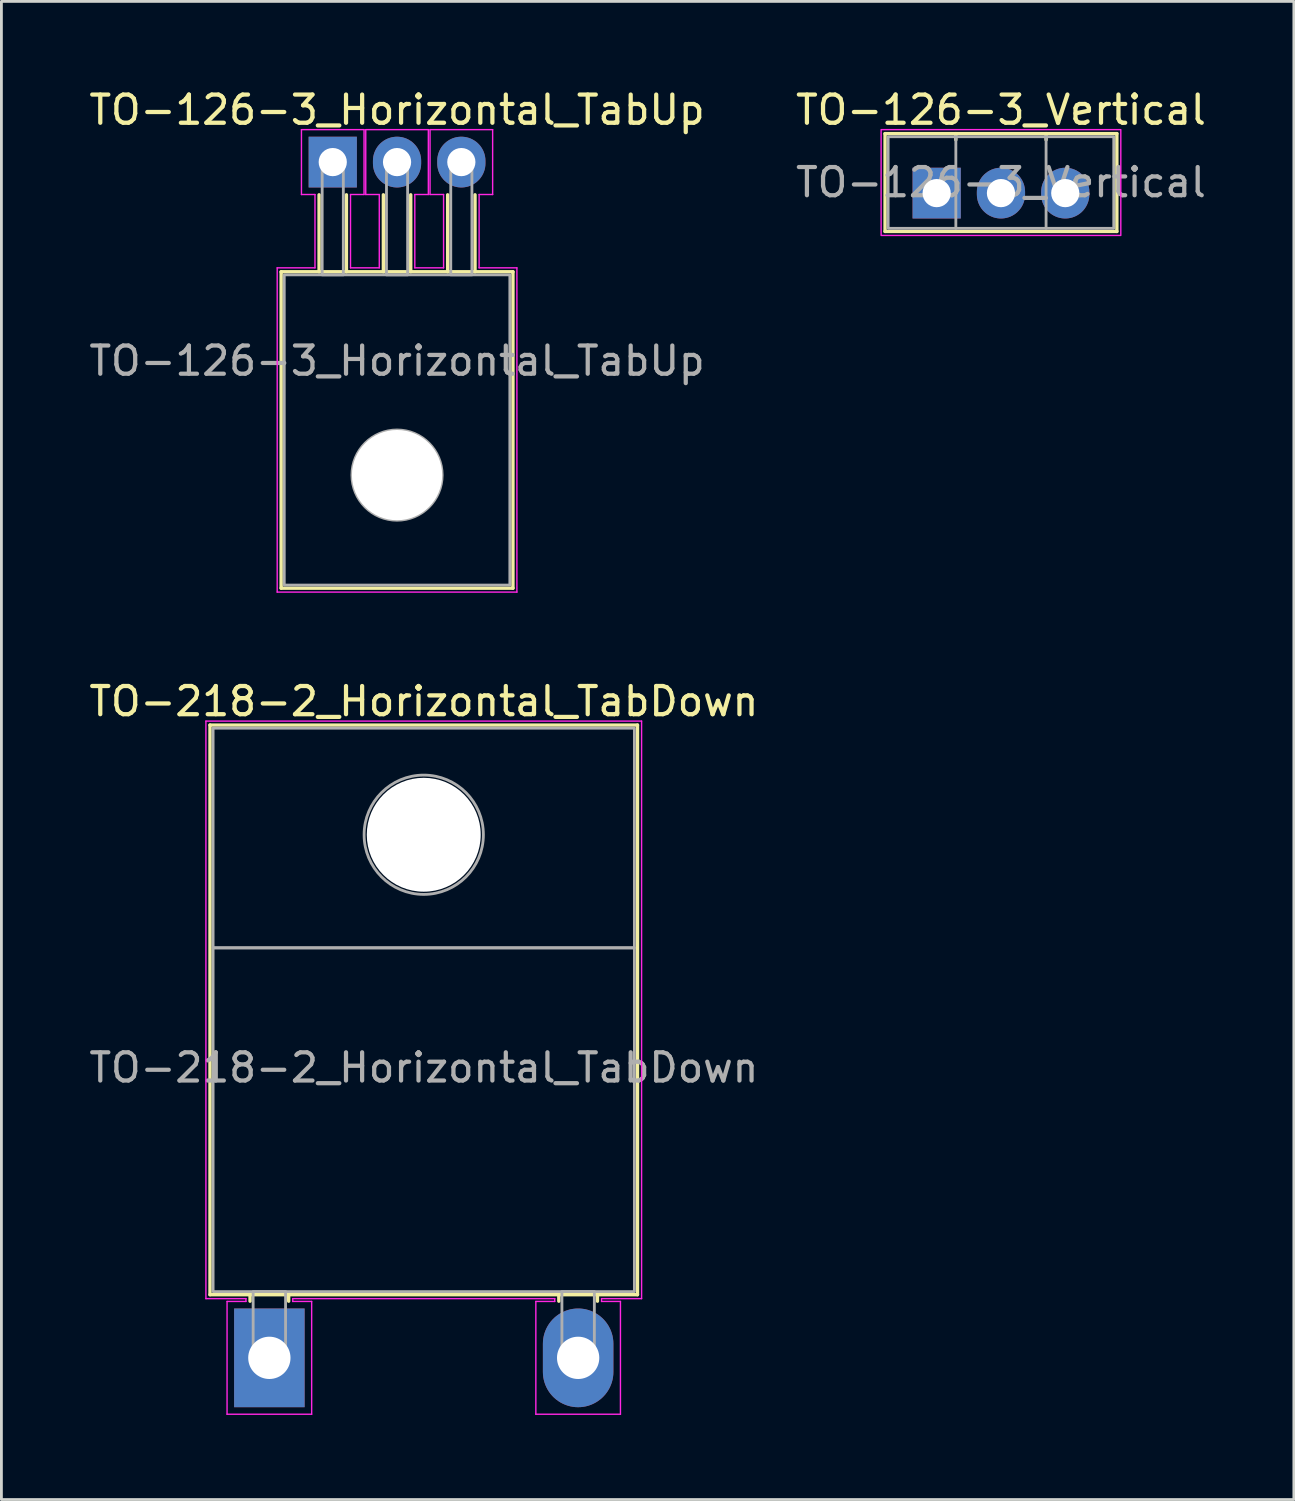
<source format=kicad_pcb>
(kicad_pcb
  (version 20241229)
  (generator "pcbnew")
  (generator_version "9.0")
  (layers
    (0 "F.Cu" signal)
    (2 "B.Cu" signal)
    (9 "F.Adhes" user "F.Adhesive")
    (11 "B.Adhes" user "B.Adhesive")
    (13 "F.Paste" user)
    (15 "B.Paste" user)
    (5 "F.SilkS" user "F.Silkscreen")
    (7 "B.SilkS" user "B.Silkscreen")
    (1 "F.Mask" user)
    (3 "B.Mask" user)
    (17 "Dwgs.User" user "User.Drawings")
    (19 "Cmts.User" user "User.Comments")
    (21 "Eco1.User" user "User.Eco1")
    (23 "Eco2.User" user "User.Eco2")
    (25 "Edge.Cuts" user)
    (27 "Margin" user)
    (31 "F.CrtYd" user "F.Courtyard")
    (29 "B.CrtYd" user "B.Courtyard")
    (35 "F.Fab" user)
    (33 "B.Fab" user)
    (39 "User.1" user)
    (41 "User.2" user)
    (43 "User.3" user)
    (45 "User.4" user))
  (footprint "TO-218-2_Horizontal_TabDown"
    (layer "F.Cu")
    (at 6.502 45.102)
    (property "Reference" "TO-218-2_Horizontal_TabDown" (at 5.48 -23.28 0) (layer "F.SilkS") (effects (font (size 1 1) (thickness 0.15))))
    (attr through_hole)
    (fp_line (start -2.105 -22.44) (end 13.055 -22.44) (stroke (width 0.12) (type solid)) (layer "F.SilkS"))
    (fp_line (start -2.105 -2.24) (end -2.105 -22.44) (stroke (width 0.12) (type solid)) (layer "F.SilkS"))
    (fp_line (start -2.105 -2.24) (end 13.055 -2.24) (stroke (width 0.12) (type solid)) (layer "F.SilkS"))
    (fp_line (start -0.685 -2.24) (end -0.685 -2.01) (stroke (width 0.12) (type solid)) (layer "F.SilkS"))
    (fp_line (start 0.685 -2.24) (end 0.685 -2.01) (stroke (width 0.12) (type solid)) (layer "F.SilkS"))
    (fp_line (start 10.265 -2.24) (end 10.265 -2.01) (stroke (width 0.12) (type solid)) (layer "F.SilkS"))
    (fp_line (start 11.635 -2.24) (end 11.635 -2.01) (stroke (width 0.12) (type solid)) (layer "F.SilkS"))
    (fp_line (start 13.055 -2.24) (end 13.055 -22.44) (stroke (width 0.12) (type solid)) (layer "F.SilkS"))
    (fp_line (start -2.25 -22.58) (end 13.2 -22.58) (stroke (width 0.05) (type solid)) (layer "F.CrtYd"))
    (fp_line (start -2.25 -2.1) (end -2.25 -22.58) (stroke (width 0.05) (type solid)) (layer "F.CrtYd"))
    (fp_line (start -1.5 -2) (end -0.83 -2) (stroke (width 0.05) (type solid)) (layer "F.CrtYd"))
    (fp_line (start -1.5 2) (end -1.5 -2) (stroke (width 0.05) (type solid)) (layer "F.CrtYd"))
    (fp_line (start -0.83 -2.1) (end -2.25 -2.1) (stroke (width 0.05) (type solid)) (layer "F.CrtYd"))
    (fp_line (start -0.83 -2) (end -0.83 -2.1) (stroke (width 0.05) (type solid)) (layer "F.CrtYd"))
    (fp_line (start 0.83 -2.1) (end 0.83 -2) (stroke (width 0.05) (type solid)) (layer "F.CrtYd"))
    (fp_line (start 0.83 -2) (end 1.5 -2) (stroke (width 0.05) (type solid)) (layer "F.CrtYd"))
    (fp_line (start 1.5 -2) (end 1.5 2) (stroke (width 0.05) (type solid)) (layer "F.CrtYd"))
    (fp_line (start 1.5 2) (end -1.5 2) (stroke (width 0.05) (type solid)) (layer "F.CrtYd"))
    (fp_line (start 9.45 -2) (end 10.12 -2) (stroke (width 0.05) (type solid)) (layer "F.CrtYd"))
    (fp_line (start 9.45 2) (end 9.45 -2) (stroke (width 0.05) (type solid)) (layer "F.CrtYd"))
    (fp_line (start 10.12 -2.1) (end 0.83 -2.1) (stroke (width 0.05) (type solid)) (layer "F.CrtYd"))
    (fp_line (start 10.12 -2) (end 10.12 -2.1) (stroke (width 0.05) (type solid)) (layer "F.CrtYd"))
    (fp_line (start 11.78 -2.1) (end 11.78 -2) (stroke (width 0.05) (type solid)) (layer "F.CrtYd"))
    (fp_line (start 11.78 -2) (end 12.45 -2) (stroke (width 0.05) (type solid)) (layer "F.CrtYd"))
    (fp_line (start 12.45 -2) (end 12.45 2) (stroke (width 0.05) (type solid)) (layer "F.CrtYd"))
    (fp_line (start 12.45 2) (end 9.45 2) (stroke (width 0.05) (type solid)) (layer "F.CrtYd"))
    (fp_line (start 13.2 -22.58) (end 13.2 -2.1) (stroke (width 0.05) (type solid)) (layer "F.CrtYd"))
    (fp_line (start 13.2 -2.1) (end 11.78 -2.1) (stroke (width 0.05) (type solid)) (layer "F.CrtYd"))
    (fp_rect (start -1.995 -22.33) (end 12.945 -14.54) (stroke (width 0.1) (type solid)) (fill no) (layer "F.Fab"))
    (fp_rect (start -1.995 -14.54) (end 12.945 -2.35) (stroke (width 0.1) (type solid)) (fill no) (layer "F.Fab"))
    (fp_rect (start -0.575 -2.35) (end 0.575 0) (stroke (width 0.1) (type solid)) (fill no) (layer "F.Fab"))
    (fp_rect (start 10.375 -2.35) (end 11.525 0) (stroke (width 0.1) (type solid)) (fill no) (layer "F.Fab"))
    (fp_circle (center 5.475 -18.55) (end 7.59 -18.55) (stroke (width 0.1) (type solid)) (fill no) (layer "F.Fab"))
    (fp_text user "${REFERENCE}" (at 5.48 -10.29 0) (layer "F.Fab") (effects (font (size 1 1) (thickness 0.15))))
    (pad "" np_thru_hole circle (at 5.475 -18.55) (size 4.04 4.04) (drill 4.04) (layers "*.Cu" "*.Mask"))
    (pad "1" thru_hole rect (at 0 0) (size 2.5 3.5) (drill 1.5) (layers "*.Cu" "*.Mask"))
    (pad "2" thru_hole oval (at 10.95 0) (size 2.5 3.5) (drill 1.5) (layers "*.Cu" "*.Mask")))
  (footprint "TO-126-3_Horizontal_TabUp"
    (layer "F.Cu")
    (at 8.75 2.698)
    (property "Reference" "TO-126-3_Horizontal_TabUp" (at 2.28 -1.85 0) (layer "F.SilkS") (effects (font (size 1 1) (thickness 0.15))))
    (attr through_hole)
    (fp_line (start -1.83 3.89) (end -1.83 15.11) (stroke (width 0.12) (type solid)) (layer "F.SilkS"))
    (fp_line (start -1.83 3.89) (end 6.39 3.89) (stroke (width 0.12) (type solid)) (layer "F.SilkS"))
    (fp_line (start -1.83 15.11) (end 6.39 15.11) (stroke (width 0.12) (type solid)) (layer "F.SilkS"))
    (fp_line (start -0.485 3.89) (end -0.485 1.16) (stroke (width 0.12) (type solid)) (layer "F.SilkS"))
    (fp_line (start 0.485 3.89) (end 0.485 1.16) (stroke (width 0.12) (type solid)) (layer "F.SilkS"))
    (fp_line (start 1.795 3.89) (end 1.795 1.16) (stroke (width 0.12) (type solid)) (layer "F.SilkS"))
    (fp_line (start 2.765 3.89) (end 2.765 1.16) (stroke (width 0.12) (type solid)) (layer "F.SilkS"))
    (fp_line (start 4.075 3.89) (end 4.075 1.16) (stroke (width 0.12) (type solid)) (layer "F.SilkS"))
    (fp_line (start 5.045 3.89) (end 5.045 1.16) (stroke (width 0.12) (type solid)) (layer "F.SilkS"))
    (fp_line (start 6.39 3.89) (end 6.39 15.11) (stroke (width 0.12) (type solid)) (layer "F.SilkS"))
    (fp_line (start -1.97 3.75) (end -0.63 3.75) (stroke (width 0.05) (type solid)) (layer "F.CrtYd"))
    (fp_line (start -1.97 15.25) (end -1.97 3.75) (stroke (width 0.05) (type solid)) (layer "F.CrtYd"))
    (fp_line (start -1.11 -1.15) (end 1.11 -1.15) (stroke (width 0.05) (type solid)) (layer "F.CrtYd"))
    (fp_line (start -1.11 1.15) (end -1.11 -1.15) (stroke (width 0.05) (type solid)) (layer "F.CrtYd"))
    (fp_line (start -0.63 1.15) (end -1.11 1.15) (stroke (width 0.05) (type solid)) (layer "F.CrtYd"))
    (fp_line (start -0.63 3.75) (end -0.63 1.15) (stroke (width 0.05) (type solid)) (layer "F.CrtYd"))
    (fp_line (start 0.63 1.15) (end 0.63 3.75) (stroke (width 0.05) (type solid)) (layer "F.CrtYd"))
    (fp_line (start 0.63 3.75) (end 1.65 3.75) (stroke (width 0.05) (type solid)) (layer "F.CrtYd"))
    (fp_line (start 1.11 -1.15) (end 1.11 1.15) (stroke (width 0.05) (type solid)) (layer "F.CrtYd"))
    (fp_line (start 1.11 1.15) (end 0.63 1.15) (stroke (width 0.05) (type solid)) (layer "F.CrtYd"))
    (fp_line (start 1.17 -1.15) (end 3.39 -1.15) (stroke (width 0.05) (type solid)) (layer "F.CrtYd"))
    (fp_line (start 1.17 1.15) (end 1.17 -1.15) (stroke (width 0.05) (type solid)) (layer "F.CrtYd"))
    (fp_line (start 1.65 1.15) (end 1.17 1.15) (stroke (width 0.05) (type solid)) (layer "F.CrtYd"))
    (fp_line (start 1.65 3.75) (end 1.65 1.15) (stroke (width 0.05) (type solid)) (layer "F.CrtYd"))
    (fp_line (start 2.91 1.15) (end 2.91 3.75) (stroke (width 0.05) (type solid)) (layer "F.CrtYd"))
    (fp_line (start 2.91 3.75) (end 3.93 3.75) (stroke (width 0.05) (type solid)) (layer "F.CrtYd"))
    (fp_line (start 3.39 -1.15) (end 3.39 1.15) (stroke (width 0.05) (type solid)) (layer "F.CrtYd"))
    (fp_line (start 3.39 1.15) (end 2.91 1.15) (stroke (width 0.05) (type solid)) (layer "F.CrtYd"))
    (fp_line (start 3.45 -1.15) (end 5.67 -1.15) (stroke (width 0.05) (type solid)) (layer "F.CrtYd"))
    (fp_line (start 3.45 1.15) (end 3.45 -1.15) (stroke (width 0.05) (type solid)) (layer "F.CrtYd"))
    (fp_line (start 3.93 1.15) (end 3.45 1.15) (stroke (width 0.05) (type solid)) (layer "F.CrtYd"))
    (fp_line (start 3.93 3.75) (end 3.93 1.15) (stroke (width 0.05) (type solid)) (layer "F.CrtYd"))
    (fp_line (start 5.19 1.15) (end 5.19 3.75) (stroke (width 0.05) (type solid)) (layer "F.CrtYd"))
    (fp_line (start 5.19 3.75) (end 6.53 3.75) (stroke (width 0.05) (type solid)) (layer "F.CrtYd"))
    (fp_line (start 5.67 -1.15) (end 5.67 1.15) (stroke (width 0.05) (type solid)) (layer "F.CrtYd"))
    (fp_line (start 5.67 1.15) (end 5.19 1.15) (stroke (width 0.05) (type solid)) (layer "F.CrtYd"))
    (fp_line (start 6.53 3.75) (end 6.53 15.25) (stroke (width 0.05) (type solid)) (layer "F.CrtYd"))
    (fp_line (start 6.53 15.25) (end -1.97 15.25) (stroke (width 0.05) (type solid)) (layer "F.CrtYd"))
    (fp_rect (start -1.72 4) (end 6.28 15) (stroke (width 0.1) (type solid)) (fill no) (layer "F.Fab"))
    (fp_rect (start -0.375 0) (end 0.375 4) (stroke (width 0.1) (type solid)) (fill no) (layer "F.Fab"))
    (fp_rect (start 1.905 0) (end 2.655 4) (stroke (width 0.1) (type solid)) (fill no) (layer "F.Fab"))
    (fp_rect (start 4.185 0) (end 4.935 4) (stroke (width 0.1) (type solid)) (fill no) (layer "F.Fab"))
    (fp_circle (center 2.28 11.1) (end 3.88 11.1) (stroke (width 0.1) (type solid)) (fill no) (layer "F.Fab"))
    (fp_text user "${REFERENCE}" (at 2.28 7.05 0) (layer "F.Fab") (effects (font (size 1 1) (thickness 0.15))))
    (pad "" np_thru_hole circle (at 2.28 11.1) (size 3.2 3.2) (drill 3.2) (layers "*.Cu" "*.Mask"))
    (pad "1" thru_hole rect (at 0 0) (size 1.71 1.8) (drill 1) (layers "*.Cu" "*.Mask"))
    (pad "2" thru_hole oval (at 2.28 0) (size 1.71 1.8) (drill 1) (layers "*.Cu" "*.Mask"))
    (pad "3" thru_hole oval (at 4.56 0) (size 1.71 1.8) (drill 1) (layers "*.Cu" "*.Mask")))
  (footprint "TO-126-3_Vertical"
    (layer "F.Cu")
    (at 30.166 3.798)
    (property "Reference" "TO-126-3_Vertical" (at 2.28 -2.95 0) (layer "F.SilkS") (effects (font (size 1 1) (thickness 0.15))))
    (attr through_hole)
    (fp_line (start -1.83 -2.11) (end 6.39 -2.11) (stroke (width 0.12) (type solid)) (layer "F.SilkS"))
    (fp_line (start -1.83 1.36) (end -1.83 -2.11) (stroke (width 0.12) (type solid)) (layer "F.SilkS"))
    (fp_line (start 0.68 -2.11) (end 0.68 -1.89) (stroke (width 0.12) (type solid)) (layer "F.SilkS"))
    (fp_line (start 3.88 -2.11) (end 3.88 -1.89) (stroke (width 0.12) (type solid)) (layer "F.SilkS"))
    (fp_line (start 6.39 -2.11) (end 6.39 1.36) (stroke (width 0.12) (type solid)) (layer "F.SilkS"))
    (fp_line (start 6.39 1.36) (end -1.83 1.36) (stroke (width 0.12) (type solid)) (layer "F.SilkS"))
    (fp_rect (start -1.97 -2.25) (end 6.53 1.5) (stroke (width 0.05) (type solid)) (fill no) (layer "F.CrtYd"))
    (fp_line (start 0.68 -2) (end 0.68 1.25) (stroke (width 0.1) (type solid)) (layer "F.Fab"))
    (fp_line (start 3.88 -2) (end 3.88 1.25) (stroke (width 0.1) (type solid)) (layer "F.Fab"))
    (fp_rect (start -1.72 -2) (end 6.28 1.25) (stroke (width 0.1) (type solid)) (fill no) (layer "F.Fab"))
    (fp_text user "${REFERENCE}" (at 2.28 -0.38 0) (layer "F.Fab") (effects (font (size 1 1) (thickness 0.15))))
    (pad "1" thru_hole rect (at 0 0) (size 1.71 1.8) (drill 1) (layers "*.Cu" "*.Mask"))
    (pad "2" thru_hole oval (at 2.28 0) (size 1.71 1.8) (drill 1) (layers "*.Cu" "*.Mask"))
    (pad "3" thru_hole oval (at 4.56 0) (size 1.71 1.8) (drill 1) (layers "*.Cu" "*.Mask")))
  (gr_rect
    (start -3 -3)
    (end 42.833 50.127)
    (stroke (width 0.1) (type default))
    (fill no)
    (layer "Edge.Cuts")))
</source>
